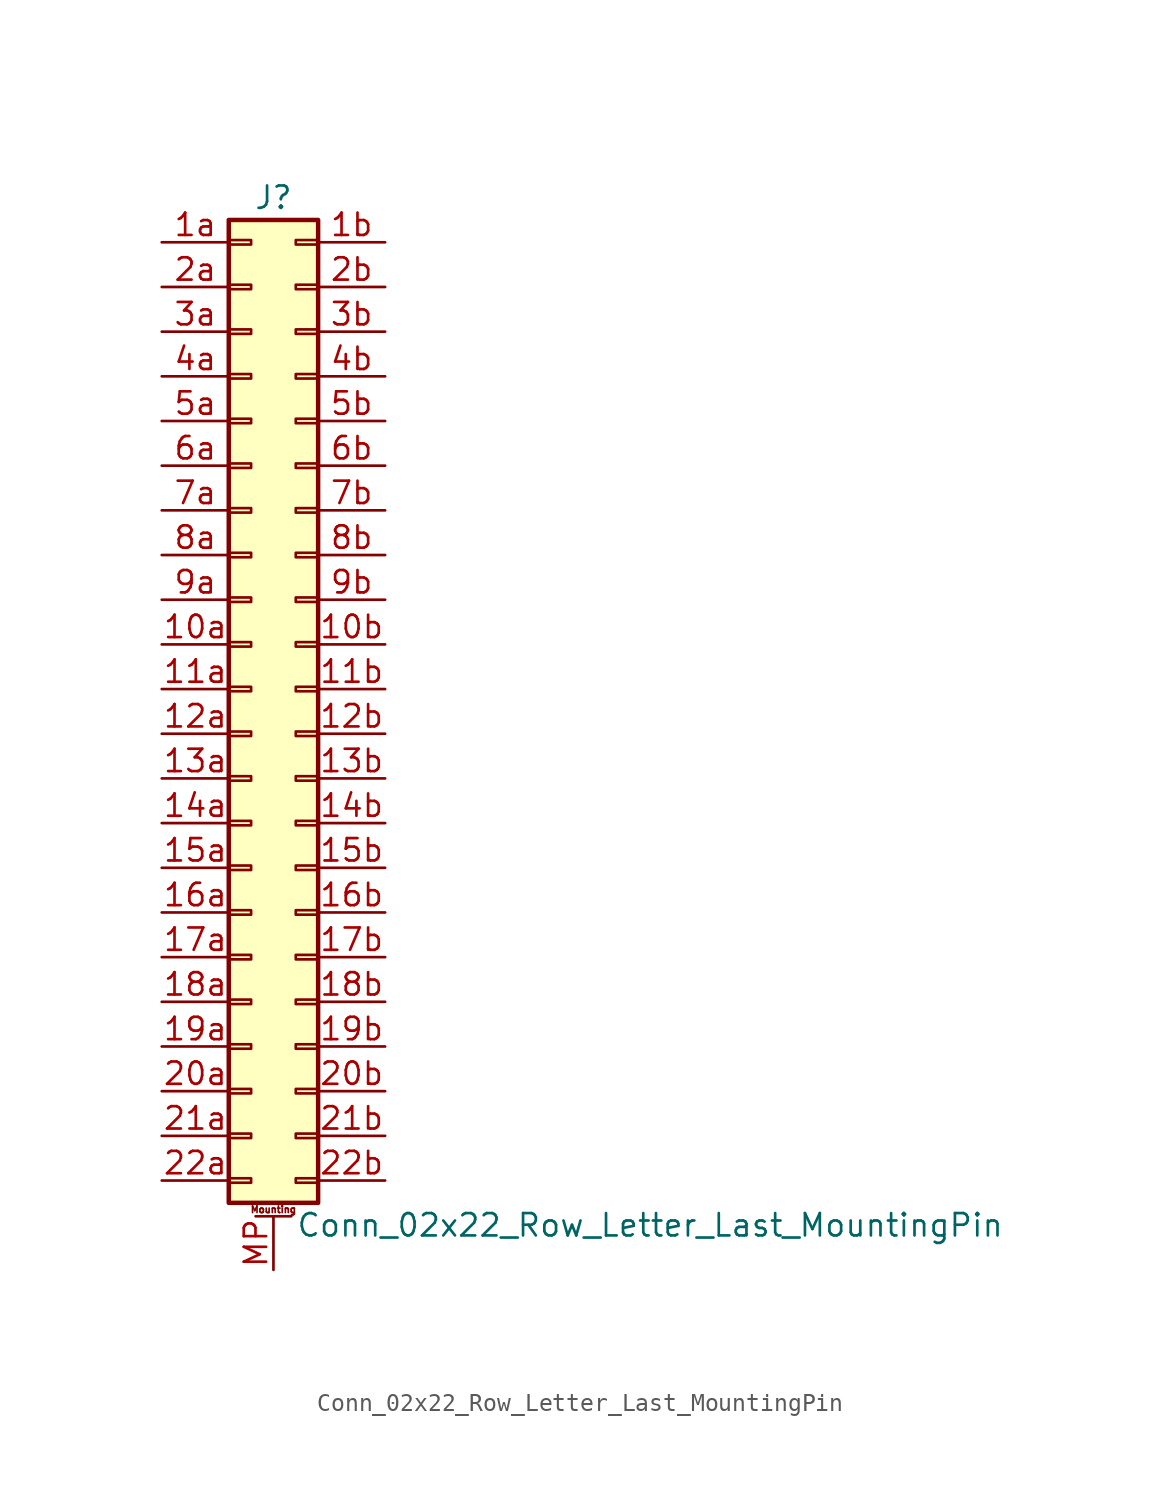
<source format=kicad_sym>
(kicad_symbol_lib
  (version 20211014)
  (generator kicad_symbol_editor)
  (symbol "Conn_02x22_Row_Letter_Last_MountingPin"
    (pin_names
      (offset 1.016) hide)
    (property "Reference" "J"
      (at 1.27 27.94 0)
      (effects (font (size 1.27 1.27))))
    (property "Value" "Conn_02x22_Row_Letter_Last_MountingPin"
      (at 2.54 -30.48 0)
      (effects (font (size 1.27 1.27)) (justify left)))
    (symbol "Conn_02x22_Row_Letter_Last_MountingPin_1_1"
      (rectangle (start -1.27 -27.813) (end 0 -28.067) (stroke (width 0.152) (type default) (color 0 0 0 0)) (fill (type none)))
      (rectangle (start -1.27 -25.273) (end 0 -25.527) (stroke (width 0.152) (type default) (color 0 0 0 0)) (fill (type none)))
      (rectangle (start -1.27 -22.733) (end 0 -22.987) (stroke (width 0.152) (type default) (color 0 0 0 0)) (fill (type none)))
      (rectangle (start -1.27 -20.193) (end 0 -20.447) (stroke (width 0.152) (type default) (color 0 0 0 0)) (fill (type none)))
      (rectangle (start -1.27 -17.653) (end 0 -17.907) (stroke (width 0.152) (type default) (color 0 0 0 0)) (fill (type none)))
      (rectangle (start -1.27 -15.113) (end 0 -15.367) (stroke (width 0.152) (type default) (color 0 0 0 0)) (fill (type none)))
      (rectangle (start -1.27 -12.573) (end 0 -12.827) (stroke (width 0.152) (type default) (color 0 0 0 0)) (fill (type none)))
      (rectangle (start -1.27 -10.033) (end 0 -10.287) (stroke (width 0.152) (type default) (color 0 0 0 0)) (fill (type none)))
      (rectangle (start -1.27 -7.493) (end 0 -7.747) (stroke (width 0.152) (type default) (color 0 0 0 0)) (fill (type none)))
      (rectangle (start -1.27 -4.953) (end 0 -5.207) (stroke (width 0.152) (type default) (color 0 0 0 0)) (fill (type none)))
      (rectangle (start -1.27 -2.413) (end 0 -2.667) (stroke (width 0.152) (type default) (color 0 0 0 0)) (fill (type none)))
      (rectangle (start -1.27 0.127) (end 0 -0.127) (stroke (width 0.152) (type default) (color 0 0 0 0)) (fill (type none)))
      (rectangle (start -1.27 2.667) (end 0 2.413) (stroke (width 0.152) (type default) (color 0 0 0 0)) (fill (type none)))
      (rectangle (start -1.27 5.207) (end 0 4.953) (stroke (width 0.152) (type default) (color 0 0 0 0)) (fill (type none)))
      (rectangle (start -1.27 7.747) (end 0 7.493) (stroke (width 0.152) (type default) (color 0 0 0 0)) (fill (type none)))
      (rectangle (start -1.27 10.287) (end 0 10.033) (stroke (width 0.152) (type default) (color 0 0 0 0)) (fill (type none)))
      (rectangle (start -1.27 12.827) (end 0 12.573) (stroke (width 0.152) (type default) (color 0 0 0 0)) (fill (type none)))
      (rectangle (start -1.27 15.367) (end 0 15.113) (stroke (width 0.152) (type default) (color 0 0 0 0)) (fill (type none)))
      (rectangle (start -1.27 17.907) (end 0 17.653) (stroke (width 0.152) (type default) (color 0 0 0 0)) (fill (type none)))
      (rectangle (start -1.27 20.447) (end 0 20.193) (stroke (width 0.152) (type default) (color 0 0 0 0)) (fill (type none)))
      (rectangle (start -1.27 22.987) (end 0 22.733) (stroke (width 0.152) (type default) (color 0 0 0 0)) (fill (type none)))
      (rectangle (start -1.27 25.527) (end 0 25.273) (stroke (width 0.152) (type default) (color 0 0 0 0)) (fill (type none)))
      (rectangle (start -1.27 26.67) (end 3.81 -29.21) (stroke (width 0.254) (type default) (color 0 0 0 0)) (fill (type background)))
      (polyline (pts (xy 0.254 -29.972) (xy 2.286 -29.972)) (stroke (width 0.152) (type default) (color 0 0 0 0)) (fill (type none)))
      (rectangle (start 3.81 -27.813) (end 2.54 -28.067) (stroke (width 0.152) (type default) (color 0 0 0 0)) (fill (type none)))
      (rectangle (start 3.81 -25.273) (end 2.54 -25.527) (stroke (width 0.152) (type default) (color 0 0 0 0)) (fill (type none)))
      (rectangle (start 3.81 -22.733) (end 2.54 -22.987) (stroke (width 0.152) (type default) (color 0 0 0 0)) (fill (type none)))
      (rectangle (start 3.81 -20.193) (end 2.54 -20.447) (stroke (width 0.152) (type default) (color 0 0 0 0)) (fill (type none)))
      (rectangle (start 3.81 -17.653) (end 2.54 -17.907) (stroke (width 0.152) (type default) (color 0 0 0 0)) (fill (type none)))
      (rectangle (start 3.81 -15.113) (end 2.54 -15.367) (stroke (width 0.152) (type default) (color 0 0 0 0)) (fill (type none)))
      (rectangle (start 3.81 -12.573) (end 2.54 -12.827) (stroke (width 0.152) (type default) (color 0 0 0 0)) (fill (type none)))
      (rectangle (start 3.81 -10.033) (end 2.54 -10.287) (stroke (width 0.152) (type default) (color 0 0 0 0)) (fill (type none)))
      (rectangle (start 3.81 -7.493) (end 2.54 -7.747) (stroke (width 0.152) (type default) (color 0 0 0 0)) (fill (type none)))
      (rectangle (start 3.81 -4.953) (end 2.54 -5.207) (stroke (width 0.152) (type default) (color 0 0 0 0)) (fill (type none)))
      (rectangle (start 3.81 -2.413) (end 2.54 -2.667) (stroke (width 0.152) (type default) (color 0 0 0 0)) (fill (type none)))
      (rectangle (start 3.81 0.127) (end 2.54 -0.127) (stroke (width 0.152) (type default) (color 0 0 0 0)) (fill (type none)))
      (rectangle (start 3.81 2.667) (end 2.54 2.413) (stroke (width 0.152) (type default) (color 0 0 0 0)) (fill (type none)))
      (rectangle (start 3.81 5.207) (end 2.54 4.953) (stroke (width 0.152) (type default) (color 0 0 0 0)) (fill (type none)))
      (rectangle (start 3.81 7.747) (end 2.54 7.493) (stroke (width 0.152) (type default) (color 0 0 0 0)) (fill (type none)))
      (rectangle (start 3.81 10.287) (end 2.54 10.033) (stroke (width 0.152) (type default) (color 0 0 0 0)) (fill (type none)))
      (rectangle (start 3.81 12.827) (end 2.54 12.573) (stroke (width 0.152) (type default) (color 0 0 0 0)) (fill (type none)))
      (rectangle (start 3.81 15.367) (end 2.54 15.113) (stroke (width 0.152) (type default) (color 0 0 0 0)) (fill (type none)))
      (rectangle (start 3.81 17.907) (end 2.54 17.653) (stroke (width 0.152) (type default) (color 0 0 0 0)) (fill (type none)))
      (rectangle (start 3.81 20.447) (end 2.54 20.193) (stroke (width 0.152) (type default) (color 0 0 0 0)) (fill (type none)))
      (rectangle (start 3.81 22.987) (end 2.54 22.733) (stroke (width 0.152) (type default) (color 0 0 0 0)) (fill (type none)))
      (rectangle (start 3.81 25.527) (end 2.54 25.273) (stroke (width 0.152) (type default) (color 0 0 0 0)) (fill (type none)))
      (text "Mounting" (at 1.27 -29.591 0) (effects (font (size 0.381 0.381))))
      (pin passive line (at -5.08 2.54 0) (length 3.81) (name "Pin_10a" (effects (font (size 1.27 1.27)))) (number "10a" (effects (font (size 1.27 1.27)))))
      (pin passive line (at 7.62 2.54 180) (length 3.81) (name "Pin_10b" (effects (font (size 1.27 1.27)))) (number "10b" (effects (font (size 1.27 1.27)))))
      (pin passive line (at -5.08 0 0) (length 3.81) (name "Pin_11a" (effects (font (size 1.27 1.27)))) (number "11a" (effects (font (size 1.27 1.27)))))
      (pin passive line (at 7.62 0 180) (length 3.81) (name "Pin_11b" (effects (font (size 1.27 1.27)))) (number "11b" (effects (font (size 1.27 1.27)))))
      (pin passive line (at -5.08 -2.54 0) (length 3.81) (name "Pin_12a" (effects (font (size 1.27 1.27)))) (number "12a" (effects (font (size 1.27 1.27)))))
      (pin passive line (at 7.62 -2.54 180) (length 3.81) (name "Pin_12b" (effects (font (size 1.27 1.27)))) (number "12b" (effects (font (size 1.27 1.27)))))
      (pin passive line (at -5.08 -5.08 0) (length 3.81) (name "Pin_13a" (effects (font (size 1.27 1.27)))) (number "13a" (effects (font (size 1.27 1.27)))))
      (pin passive line (at 7.62 -5.08 180) (length 3.81) (name "Pin_13b" (effects (font (size 1.27 1.27)))) (number "13b" (effects (font (size 1.27 1.27)))))
      (pin passive line (at -5.08 -7.62 0) (length 3.81) (name "Pin_14a" (effects (font (size 1.27 1.27)))) (number "14a" (effects (font (size 1.27 1.27)))))
      (pin passive line (at 7.62 -7.62 180) (length 3.81) (name "Pin_14b" (effects (font (size 1.27 1.27)))) (number "14b" (effects (font (size 1.27 1.27)))))
      (pin passive line (at -5.08 -10.16 0) (length 3.81) (name "Pin_15a" (effects (font (size 1.27 1.27)))) (number "15a" (effects (font (size 1.27 1.27)))))
      (pin passive line (at 7.62 -10.16 180) (length 3.81) (name "Pin_15b" (effects (font (size 1.27 1.27)))) (number "15b" (effects (font (size 1.27 1.27)))))
      (pin passive line (at -5.08 -12.7 0) (length 3.81) (name "Pin_16a" (effects (font (size 1.27 1.27)))) (number "16a" (effects (font (size 1.27 1.27)))))
      (pin passive line (at 7.62 -12.7 180) (length 3.81) (name "Pin_16b" (effects (font (size 1.27 1.27)))) (number "16b" (effects (font (size 1.27 1.27)))))
      (pin passive line (at -5.08 -15.24 0) (length 3.81) (name "Pin_17a" (effects (font (size 1.27 1.27)))) (number "17a" (effects (font (size 1.27 1.27)))))
      (pin passive line (at 7.62 -15.24 180) (length 3.81) (name "Pin_17b" (effects (font (size 1.27 1.27)))) (number "17b" (effects (font (size 1.27 1.27)))))
      (pin passive line (at -5.08 -17.78 0) (length 3.81) (name "Pin_18a" (effects (font (size 1.27 1.27)))) (number "18a" (effects (font (size 1.27 1.27)))))
      (pin passive line (at 7.62 -17.78 180) (length 3.81) (name "Pin_18b" (effects (font (size 1.27 1.27)))) (number "18b" (effects (font (size 1.27 1.27)))))
      (pin passive line (at -5.08 -20.32 0) (length 3.81) (name "Pin_19a" (effects (font (size 1.27 1.27)))) (number "19a" (effects (font (size 1.27 1.27)))))
      (pin passive line (at 7.62 -20.32 180) (length 3.81) (name "Pin_19b" (effects (font (size 1.27 1.27)))) (number "19b" (effects (font (size 1.27 1.27)))))
      (pin passive line (at -5.08 25.4 0) (length 3.81) (name "Pin_1a" (effects (font (size 1.27 1.27)))) (number "1a" (effects (font (size 1.27 1.27)))))
      (pin passive line (at 7.62 25.4 180) (length 3.81) (name "Pin_1b" (effects (font (size 1.27 1.27)))) (number "1b" (effects (font (size 1.27 1.27)))))
      (pin passive line (at -5.08 -22.86 0) (length 3.81) (name "Pin_20a" (effects (font (size 1.27 1.27)))) (number "20a" (effects (font (size 1.27 1.27)))))
      (pin passive line (at 7.62 -22.86 180) (length 3.81) (name "Pin_20b" (effects (font (size 1.27 1.27)))) (number "20b" (effects (font (size 1.27 1.27)))))
      (pin passive line (at -5.08 -25.4 0) (length 3.81) (name "Pin_21a" (effects (font (size 1.27 1.27)))) (number "21a" (effects (font (size 1.27 1.27)))))
      (pin passive line (at 7.62 -25.4 180) (length 3.81) (name "Pin_21b" (effects (font (size 1.27 1.27)))) (number "21b" (effects (font (size 1.27 1.27)))))
      (pin passive line (at -5.08 -27.94 0) (length 3.81) (name "Pin_22a" (effects (font (size 1.27 1.27)))) (number "22a" (effects (font (size 1.27 1.27)))))
      (pin passive line (at 7.62 -27.94 180) (length 3.81) (name "Pin_22b" (effects (font (size 1.27 1.27)))) (number "22b" (effects (font (size 1.27 1.27)))))
      (pin passive line (at -5.08 22.86 0) (length 3.81) (name "Pin_2a" (effects (font (size 1.27 1.27)))) (number "2a" (effects (font (size 1.27 1.27)))))
      (pin passive line (at 7.62 22.86 180) (length 3.81) (name "Pin_2b" (effects (font (size 1.27 1.27)))) (number "2b" (effects (font (size 1.27 1.27)))))
      (pin passive line (at -5.08 20.32 0) (length 3.81) (name "Pin_3a" (effects (font (size 1.27 1.27)))) (number "3a" (effects (font (size 1.27 1.27)))))
      (pin passive line (at 7.62 20.32 180) (length 3.81) (name "Pin_3b" (effects (font (size 1.27 1.27)))) (number "3b" (effects (font (size 1.27 1.27)))))
      (pin passive line (at -5.08 17.78 0) (length 3.81) (name "Pin_4a" (effects (font (size 1.27 1.27)))) (number "4a" (effects (font (size 1.27 1.27)))))
      (pin passive line (at 7.62 17.78 180) (length 3.81) (name "Pin_4b" (effects (font (size 1.27 1.27)))) (number "4b" (effects (font (size 1.27 1.27)))))
      (pin passive line (at -5.08 15.24 0) (length 3.81) (name "Pin_5a" (effects (font (size 1.27 1.27)))) (number "5a" (effects (font (size 1.27 1.27)))))
      (pin passive line (at 7.62 15.24 180) (length 3.81) (name "Pin_5b" (effects (font (size 1.27 1.27)))) (number "5b" (effects (font (size 1.27 1.27)))))
      (pin passive line (at -5.08 12.7 0) (length 3.81) (name "Pin_6a" (effects (font (size 1.27 1.27)))) (number "6a" (effects (font (size 1.27 1.27)))))
      (pin passive line (at 7.62 12.7 180) (length 3.81) (name "Pin_6b" (effects (font (size 1.27 1.27)))) (number "6b" (effects (font (size 1.27 1.27)))))
      (pin passive line (at -5.08 10.16 0) (length 3.81) (name "Pin_7a" (effects (font (size 1.27 1.27)))) (number "7a" (effects (font (size 1.27 1.27)))))
      (pin passive line (at 7.62 10.16 180) (length 3.81) (name "Pin_7b" (effects (font (size 1.27 1.27)))) (number "7b" (effects (font (size 1.27 1.27)))))
      (pin passive line (at -5.08 7.62 0) (length 3.81) (name "Pin_8a" (effects (font (size 1.27 1.27)))) (number "8a" (effects (font (size 1.27 1.27)))))
      (pin passive line (at 7.62 7.62 180) (length 3.81) (name "Pin_8b" (effects (font (size 1.27 1.27)))) (number "8b" (effects (font (size 1.27 1.27)))))
      (pin passive line (at -5.08 5.08 0) (length 3.81) (name "Pin_9a" (effects (font (size 1.27 1.27)))) (number "9a" (effects (font (size 1.27 1.27)))))
      (pin passive line (at 7.62 5.08 180) (length 3.81) (name "Pin_9b" (effects (font (size 1.27 1.27)))) (number "9b" (effects (font (size 1.27 1.27)))))
      (pin passive line (at 1.27 -33.02 90) (length 3.048) (name "MountPin" (effects (font (size 1.27 1.27)))) (number "MP" (effects (font (size 1.27 1.27))))))))
</source>
